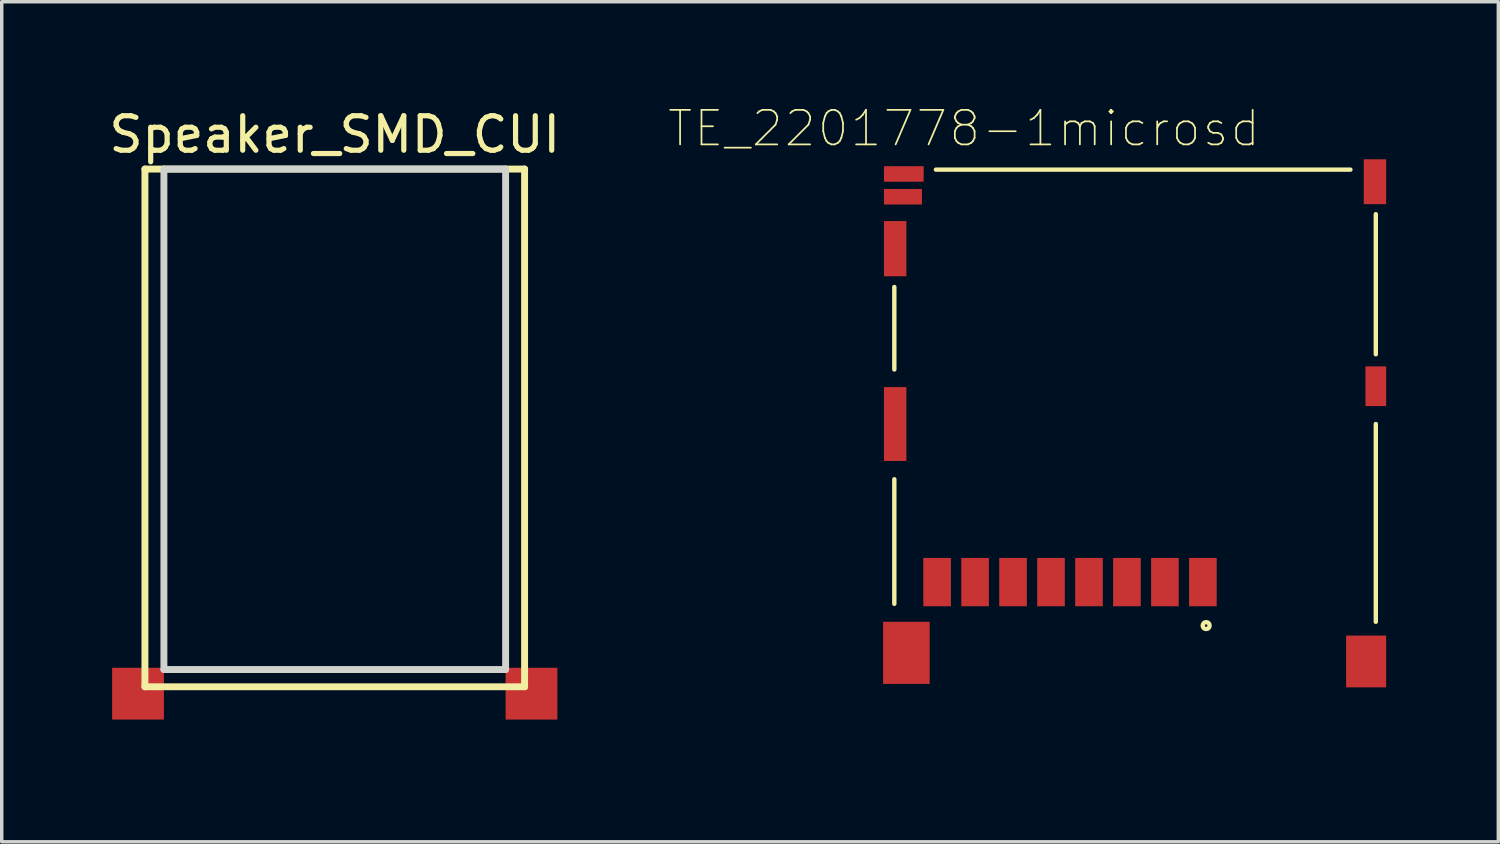
<source format=kicad_pcb>
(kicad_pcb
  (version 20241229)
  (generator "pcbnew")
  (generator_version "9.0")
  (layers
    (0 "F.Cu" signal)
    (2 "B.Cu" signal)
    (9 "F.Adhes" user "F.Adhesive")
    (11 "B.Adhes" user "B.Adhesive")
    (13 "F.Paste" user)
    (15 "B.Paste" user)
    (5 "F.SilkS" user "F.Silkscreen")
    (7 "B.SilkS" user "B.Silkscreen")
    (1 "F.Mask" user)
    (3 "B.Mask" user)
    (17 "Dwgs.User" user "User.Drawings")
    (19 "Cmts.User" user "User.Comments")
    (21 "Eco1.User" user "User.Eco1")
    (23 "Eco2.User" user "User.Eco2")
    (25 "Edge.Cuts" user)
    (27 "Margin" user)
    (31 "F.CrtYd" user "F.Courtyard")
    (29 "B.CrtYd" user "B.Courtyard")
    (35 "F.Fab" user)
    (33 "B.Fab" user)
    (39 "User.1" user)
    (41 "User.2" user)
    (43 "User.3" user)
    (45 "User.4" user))
  (footprint "TE_2201778-1microsd"
    (layer "F.Cu")
    (at 29.836 9.065)
    (property "Reference" "TE_2201778-1microsd" (at -4.959 -8.392 0) (layer "F.SilkS") (effects (font (size 1.001 1.001) (thickness 0.05))))
    (attr smd)
    (fp_line (start -6.975 -3.8) (end -6.975 -1.41) (stroke (width 0.127) (type solid)) (layer "F.SilkS"))
    (fp_line (start -6.975 1.77) (end -6.975 5.38) (stroke (width 0.127) (type solid)) (layer "F.SilkS"))
    (fp_line (start -5.77 -7.2) (end 6.24 -7.2) (stroke (width 0.127) (type solid)) (layer "F.SilkS"))
    (fp_line (start 6.975 -5.91) (end 6.975 -1.85) (stroke (width 0.127) (type solid)) (layer "F.SilkS"))
    (fp_line (start 6.975 0.17) (end 6.975 5.9) (stroke (width 0.127) (type solid)) (layer "F.SilkS"))
    (fp_circle (center 2.06 6.01) (end 2.16 6.01) (stroke (width 0.127) (type solid)) (fill no) (layer "F.SilkS"))
    (fp_line (start -7.5 -7.5) (end 6.5 -7.5) (stroke (width 0.05) (type solid)) (layer "Eco1.User"))
    (fp_line (start -7.5 9.25) (end -7.5 -7.5) (stroke (width 0.05) (type solid)) (layer "Eco1.User"))
    (fp_line (start 6.5 -7.75) (end 7.5 -7.75) (stroke (width 0.05) (type solid)) (layer "Eco1.User"))
    (fp_line (start 6.5 -7.5) (end 6.5 -7.75) (stroke (width 0.05) (type solid)) (layer "Eco1.User"))
    (fp_line (start 7.5 -7.75) (end 7.5 9.25) (stroke (width 0.05) (type solid)) (layer "Eco1.User"))
    (fp_line (start 7.5 9.25) (end -7.5 9.25) (stroke (width 0.05) (type solid)) (layer "Eco1.User"))
    (fp_poly (pts (xy -6.447 -3.57) (xy 2.565 -3.57) (xy 2.565 1.964) (xy -6.447 1.964)) (stroke (width 0.1) (type solid)) (fill no) (layer "Eco1.User"))
    (fp_poly (pts (xy -6.236 7.1) (xy -5.045 7.1) (xy -5.045 7.713) (xy -6.236 7.713)) (stroke (width 0.1) (type solid)) (fill no) (layer "Eco1.User"))
    (fp_poly (pts (xy 3.426 -2.9) (xy 4.825 -2.9) (xy 4.825 0.6) (xy 3.426 0.6)) (stroke (width 0.1) (type solid)) (fill no) (layer "Eco1.User"))
    (fp_line (start -6.975 -7.2) (end -6.975 7.4) (stroke (width 0.127) (type solid)) (layer "Eco2.User"))
    (fp_line (start -6.975 7.4) (end 3.025 7.4) (stroke (width 0.127) (type solid)) (layer "Eco2.User"))
    (fp_line (start 3.025 7.4) (end 3.025 9) (stroke (width 0.127) (type solid)) (layer "Eco2.User"))
    (fp_line (start 4.825 7.4) (end 4.825 9) (stroke (width 0.127) (type solid)) (layer "Eco2.User"))
    (fp_line (start 4.825 9) (end 3.025 9) (stroke (width 0.127) (type solid)) (layer "Eco2.User"))
    (fp_line (start 6.965 7.4) (end 4.825 7.4) (stroke (width 0.127) (type solid)) (layer "Eco2.User"))
    (fp_line (start 6.975 -7.2) (end -6.975 -7.2) (stroke (width 0.127) (type solid)) (layer "Eco2.User"))
    (fp_line (start 6.975 7.4) (end 6.975 -7.2) (stroke (width 0.127) (type solid)) (layer "Eco2.User"))
    (pad "1" smd rect (at 1.965 4.75 90) (size 1.4 0.8) (layers "F.Cu" "F.Mask" "F.Paste"))
    (pad "2" smd rect (at 0.865 4.75 90) (size 1.4 0.8) (layers "F.Cu" "F.Mask" "F.Paste"))
    (pad "3" smd rect (at -0.235 4.75 90) (size 1.4 0.8) (layers "F.Cu" "F.Mask" "F.Paste"))
    (pad "4" smd rect (at -1.335 4.75 90) (size 1.4 0.8) (layers "F.Cu" "F.Mask" "F.Paste"))
    (pad "5" smd rect (at -2.435 4.75 90) (size 1.4 0.8) (layers "F.Cu" "F.Mask" "F.Paste"))
    (pad "6" smd rect (at -3.535 4.75 90) (size 1.4 0.8) (layers "F.Cu" "F.Mask" "F.Paste"))
    (pad "7" smd rect (at -4.635 4.75 90) (size 1.4 0.8) (layers "F.Cu" "F.Mask" "F.Paste"))
    (pad "8" smd rect (at -5.735 4.75 90) (size 1.4 0.8) (layers "F.Cu" "F.Mask" "F.Paste"))
    (pad "9" smd rect (at -6.7 -7.075) (size 1.15 0.45) (layers "F.Cu" "F.Mask" "F.Paste"))
    (pad "10" smd rect (at -6.725 -6.415) (size 1.1 0.45) (layers "F.Cu" "F.Mask" "F.Paste"))
    (pad "11" smd rect (at -6.625 6.8) (size 1.35 1.8) (layers "F.Cu" "F.Mask" "F.Paste"))
    (pad "12" smd rect (at -6.95 0.17) (size 0.65 2.14) (layers "F.Cu" "F.Mask" "F.Paste"))
    (pad "13" smd rect (at -6.95 -4.91) (size 0.65 1.6) (layers "F.Cu" "F.Mask" "F.Paste"))
    (pad "14" smd rect (at 6.95 -6.85) (size 0.65 1.3) (layers "F.Cu" "F.Mask" "F.Paste"))
    (pad "15" smd rect (at 6.975 -0.925) (size 0.6 1.15) (layers "F.Cu" "F.Mask" "F.Paste"))
    (pad "16" smd rect (at 6.695 7.05) (size 1.16 1.5) (layers "F.Cu" "F.Mask" "F.Paste")))
  (footprint "Speaker_SMD_CUI"
    (layer "F.Cu")
    (at 6.649 1.848)
    (property "Reference" "Speaker_SMD_CUI" (at 0 -1 0) (layer "F.SilkS") (effects (font (size 1 1) (thickness 0.15))))
    (attr through_hole)
    (fp_line (start -5.5 0) (end -5.5 15) (stroke (width 0.2) (type solid)) (layer "F.SilkS"))
    (fp_line (start -5.5 15) (end 5.5 15) (stroke (width 0.2) (type solid)) (layer "F.SilkS"))
    (fp_line (start 5.5 0) (end -5.5 0) (stroke (width 0.2) (type solid)) (layer "F.SilkS"))
    (fp_line (start 5.5 15) (end 5.5 0) (stroke (width 0.2) (type solid)) (layer "F.SilkS"))
    (fp_line (start -4.95 0) (end 4.95 0) (stroke (width 0.2) (type solid)) (layer "Edge.Cuts"))
    (fp_line (start -4.95 14.5) (end -4.95 0) (stroke (width 0.2) (type solid)) (layer "Edge.Cuts"))
    (fp_line (start 4.95 0) (end 4.95 14.5) (stroke (width 0.2) (type solid)) (layer "Edge.Cuts"))
    (fp_line (start 4.95 14.5) (end -4.95 14.5) (stroke (width 0.2) (type solid)) (layer "Edge.Cuts"))
    (pad "1" smd rect (at 5.7 15.2) (size 1.5 1.5) (layers "F.Cu" "F.Mask" "F.Paste"))
    (pad "2" smd rect (at -5.7 15.2) (size 1.5 1.5) (layers "F.Cu" "F.Mask" "F.Paste")))
  (gr_rect
    (start -3 -3)
    (end 40.361 21.34)
    (stroke (width 0.1) (type default))
    (fill no)
    (layer "Edge.Cuts")))
</source>
